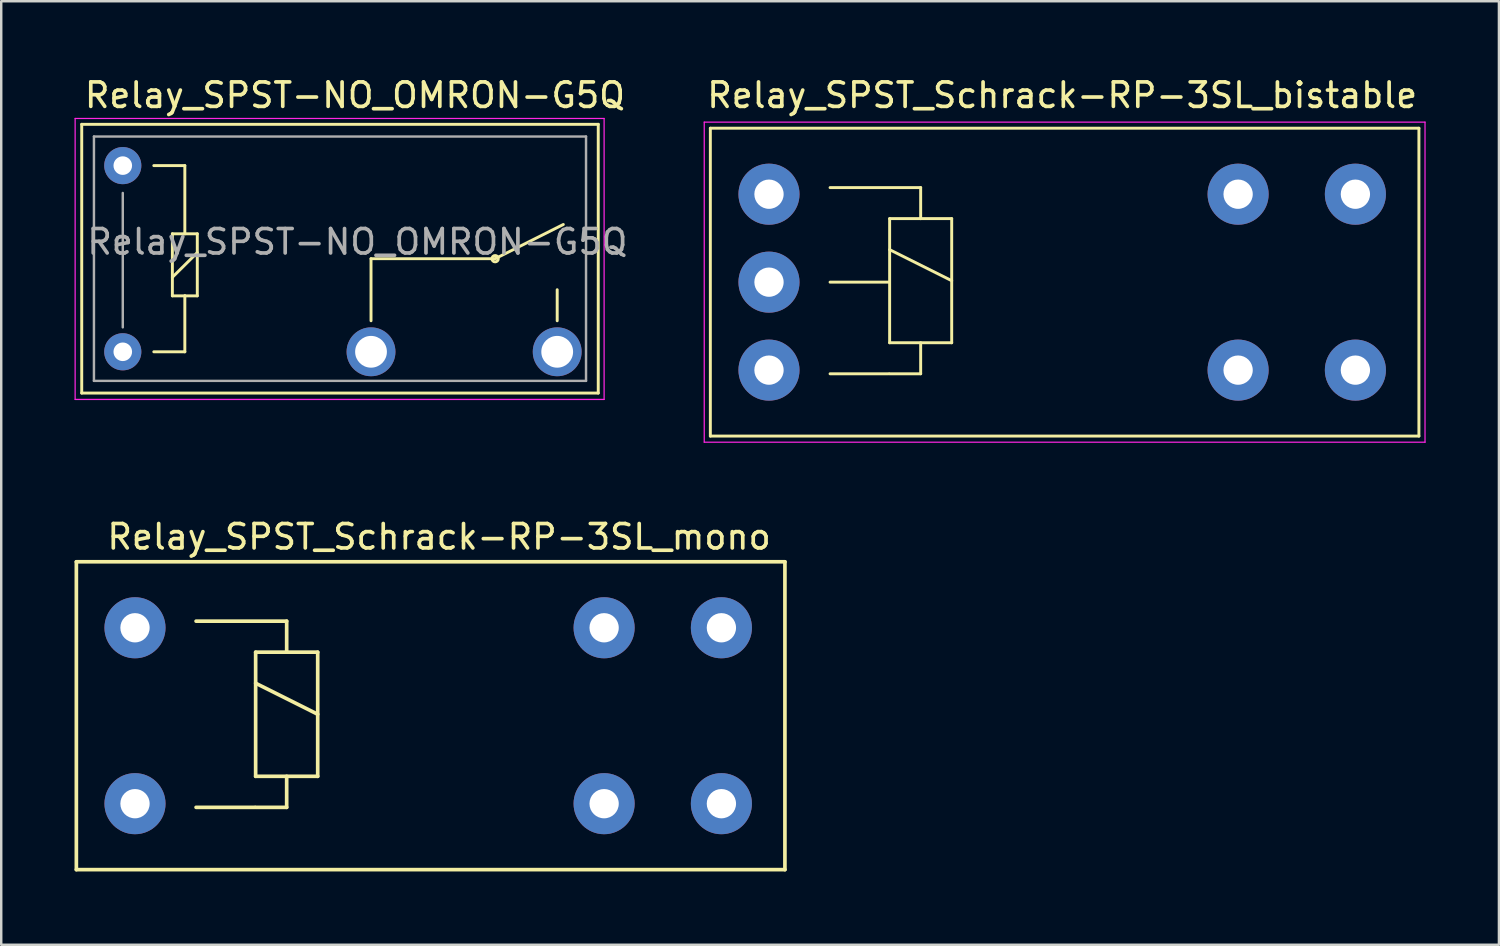
<source format=kicad_pcb>
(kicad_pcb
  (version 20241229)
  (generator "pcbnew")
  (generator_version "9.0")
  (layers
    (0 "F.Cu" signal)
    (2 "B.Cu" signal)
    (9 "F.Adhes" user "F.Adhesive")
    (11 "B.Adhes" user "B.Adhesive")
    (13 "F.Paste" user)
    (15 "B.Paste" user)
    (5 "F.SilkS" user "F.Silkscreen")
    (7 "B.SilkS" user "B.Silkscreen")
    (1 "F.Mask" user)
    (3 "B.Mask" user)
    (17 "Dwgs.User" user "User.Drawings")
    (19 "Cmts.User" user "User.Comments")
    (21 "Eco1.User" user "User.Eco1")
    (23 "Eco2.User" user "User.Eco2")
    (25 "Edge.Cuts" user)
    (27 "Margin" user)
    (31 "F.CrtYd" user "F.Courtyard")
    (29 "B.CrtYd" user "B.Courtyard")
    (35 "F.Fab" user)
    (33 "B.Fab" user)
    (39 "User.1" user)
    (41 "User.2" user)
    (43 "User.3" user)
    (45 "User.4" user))
  (footprint "Relay_SPST_Schrack-RP-3SL_bistable"
    (layer "F.Cu")
    (at 28.423 12.098)
    (property "Reference" "Relay_SPST_Schrack-RP-3SL_bistable" (at 12 -11.25 0) (layer "F.SilkS") (effects (font (size 1 1) (thickness 0.15))))
    (attr through_hole)
    (fp_line (start -2.4 -9.9) (end -2.4 2.7) (stroke (width 0.12) (type solid)) (layer "F.SilkS"))
    (fp_line (start -2.4 2.7) (end 26.6 2.7) (stroke (width 0.12) (type solid)) (layer "F.SilkS"))
    (fp_line (start 2.5 -7.47) (end 6.208 -7.47) (stroke (width 0.12) (type solid)) (layer "F.SilkS"))
    (fp_line (start 4.9 -3.6) (end 2.5 -3.6) (stroke (width 0.12) (type solid)) (layer "F.SilkS"))
    (fp_line (start 4.9 0.15) (end 2.5 0.15) (stroke (width 0.12) (type solid)) (layer "F.SilkS"))
    (fp_line (start 4.938 -6.2) (end 6.208 -6.2) (stroke (width 0.12) (type solid)) (layer "F.SilkS"))
    (fp_line (start 4.938 -4.93) (end 7.478 -3.66) (stroke (width 0.12) (type solid)) (layer "F.SilkS"))
    (fp_line (start 4.938 -1.12) (end 4.938 -6.2) (stroke (width 0.12) (type solid)) (layer "F.SilkS"))
    (fp_line (start 6.208 -7.47) (end 6.208 -6.2) (stroke (width 0.12) (type solid)) (layer "F.SilkS"))
    (fp_line (start 6.208 -6.2) (end 7.478 -6.2) (stroke (width 0.12) (type solid)) (layer "F.SilkS"))
    (fp_line (start 6.208 -1.12) (end 6.208 0.15) (stroke (width 0.12) (type solid)) (layer "F.SilkS"))
    (fp_line (start 6.208 0.15) (end 4.938 0.15) (stroke (width 0.12) (type solid)) (layer "F.SilkS"))
    (fp_line (start 7.478 -6.2) (end 7.478 -1.12) (stroke (width 0.12) (type solid)) (layer "F.SilkS"))
    (fp_line (start 7.478 -1.12) (end 4.938 -1.12) (stroke (width 0.12) (type solid)) (layer "F.SilkS"))
    (fp_line (start 26.6 -9.9) (end -2.4 -9.9) (stroke (width 0.12) (type solid)) (layer "F.SilkS"))
    (fp_line (start 26.6 2.7) (end 26.6 -9.9) (stroke (width 0.12) (type solid)) (layer "F.SilkS"))
    (fp_line (start -2.65 -10.15) (end -2.65 2.95) (stroke (width 0.05) (type solid)) (layer "F.CrtYd"))
    (fp_line (start -2.65 2.95) (end 26.85 2.95) (stroke (width 0.05) (type solid)) (layer "F.CrtYd"))
    (fp_line (start 26.85 -10.15) (end -2.65 -10.15) (stroke (width 0.05) (type solid)) (layer "F.CrtYd"))
    (fp_line (start 26.85 2.95) (end 26.85 -10.15) (stroke (width 0.05) (type solid)) (layer "F.CrtYd"))
    (pad "11" thru_hole circle (at 19.2 -7.2) (size 2.5 2.5) (drill 1.199) (layers "*.Cu" "*.Mask"))
    (pad "11" thru_hole circle (at 19.2 0) (size 2.5 2.5) (drill 1.199) (layers "*.Cu" "*.Mask"))
    (pad "14" thru_hole circle (at 24 -7.2) (size 2.5 2.5) (drill 1.199) (layers "*.Cu" "*.Mask"))
    (pad "14" thru_hole circle (at 24 0) (size 2.5 2.5) (drill 1.199) (layers "*.Cu" "*.Mask"))
    (pad "A1" thru_hole circle (at 0 0) (size 2.5 2.5) (drill 1.199) (layers "*.Cu" "*.Mask"))
    (pad "A2" thru_hole circle (at 0 -7.2) (size 2.5 2.5) (drill 1.199) (layers "*.Cu" "*.Mask"))
    (pad "A3" thru_hole circle (at 0 -3.6) (size 2.5 2.5) (drill 1.199) (layers "*.Cu" "*.Mask")))
  (footprint "Relay_SPST-NO_OMRON-G5Q"
    (layer "F.Cu")
    (at 1.975 11.348)
    (property "Reference" "Relay_SPST-NO_OMRON-G5Q" (at 9.5 -10.5 180) (layer "F.SilkS") (effects (font (size 1 1) (thickness 0.15))))
    (attr through_hole)
    (fp_line (start -1.68 -9.31) (end 19.46 -9.31) (stroke (width 0.12) (type solid)) (layer "F.SilkS"))
    (fp_line (start -1.68 1.69) (end -1.68 -9.31) (stroke (width 0.12) (type solid)) (layer "F.SilkS"))
    (fp_line (start -1.68 1.69) (end 19.46 1.69) (stroke (width 0.12) (type solid)) (layer "F.SilkS"))
    (fp_line (start 1.27 0) (end 2.54 0) (stroke (width 0.12) (type solid)) (layer "F.SilkS"))
    (fp_line (start 2.03 -4.83) (end 2.54 -4.83) (stroke (width 0.12) (type solid)) (layer "F.SilkS"))
    (fp_line (start 2.03 -3.05) (end 3.05 -4.06) (stroke (width 0.12) (type solid)) (layer "F.SilkS"))
    (fp_line (start 2.03 -2.29) (end 2.03 -4.83) (stroke (width 0.12) (type solid)) (layer "F.SilkS"))
    (fp_line (start 2.54 -7.62) (end 1.27 -7.62) (stroke (width 0.12) (type solid)) (layer "F.SilkS"))
    (fp_line (start 2.54 -4.83) (end 2.54 -7.62) (stroke (width 0.12) (type solid)) (layer "F.SilkS"))
    (fp_line (start 2.54 -4.83) (end 3.05 -4.83) (stroke (width 0.12) (type solid)) (layer "F.SilkS"))
    (fp_line (start 2.54 -2.29) (end 2.03 -2.29) (stroke (width 0.12) (type solid)) (layer "F.SilkS"))
    (fp_line (start 2.54 0) (end 2.54 -2.29) (stroke (width 0.12) (type solid)) (layer "F.SilkS"))
    (fp_line (start 3.05 -4.83) (end 3.05 -2.29) (stroke (width 0.12) (type solid)) (layer "F.SilkS"))
    (fp_line (start 3.05 -2.29) (end 2.54 -2.29) (stroke (width 0.12) (type solid)) (layer "F.SilkS"))
    (fp_line (start 10.16 -3.81) (end 15.24 -3.81) (stroke (width 0.12) (type solid)) (layer "F.SilkS"))
    (fp_line (start 10.16 -1.27) (end 10.16 -3.81) (stroke (width 0.12) (type solid)) (layer "F.SilkS"))
    (fp_line (start 15.24 -3.81) (end 18.03 -5.21) (stroke (width 0.12) (type solid)) (layer "F.SilkS"))
    (fp_line (start 17.78 -1.27) (end 17.78 -2.54) (stroke (width 0.12) (type solid)) (layer "F.SilkS"))
    (fp_line (start 19.46 1.69) (end 19.46 -9.31) (stroke (width 0.12) (type solid)) (layer "F.SilkS"))
    (fp_circle (center 15.24 -3.81) (end 15.24 -3.68) (stroke (width 0.12) (type solid)) (fill no) (layer "F.SilkS"))
    (fp_line (start -1.95 -9.55) (end 19.7 -9.55) (stroke (width 0.05) (type solid)) (layer "F.CrtYd"))
    (fp_line (start -1.95 1.95) (end -1.95 -9.55) (stroke (width 0.05) (type solid)) (layer "F.CrtYd"))
    (fp_line (start 19.7 -9.55) (end 19.7 1.95) (stroke (width 0.05) (type solid)) (layer "F.CrtYd"))
    (fp_line (start 19.7 1.95) (end -1.95 1.95) (stroke (width 0.05) (type solid)) (layer "F.CrtYd"))
    (fp_line (start -1.18 -8.81) (end 18.96 -8.81) (stroke (width 0.1) (type solid)) (layer "F.Fab"))
    (fp_line (start -1.18 1.19) (end -1.18 -8.81) (stroke (width 0.1) (type solid)) (layer "F.Fab"))
    (fp_line (start 0 -1) (end 0 -6.5) (stroke (width 0.1) (type solid)) (layer "F.Fab"))
    (fp_line (start 18.96 -8.81) (end 18.96 1.19) (stroke (width 0.1) (type solid)) (layer "F.Fab"))
    (fp_line (start 18.96 1.19) (end -1.18 1.19) (stroke (width 0.1) (type solid)) (layer "F.Fab"))
    (fp_text user "${REFERENCE}" (at 9.6 -4.5 0) (layer "F.Fab") (effects (font (size 1 1) (thickness 0.15))))
    (pad "1" thru_hole circle (at 0 0 180) (size 1.52 1.52) (drill 0.76) (layers "*.Cu" "*.Mask"))
    (pad "2" thru_hole circle (at 10.16 0 180) (size 2 2) (drill 1.3) (layers "*.Cu" "*.Mask"))
    (pad "3" thru_hole circle (at 17.78 0 180) (size 2 2) (drill 1.3) (layers "*.Cu" "*.Mask"))
    (pad "5" thru_hole circle (at 0 -7.62 180) (size 1.52 1.52) (drill 0.76) (layers "*.Cu" "*.Mask")))
  (footprint "Relay_SPST_Schrack-RP-3SL_mono"
    (layer "F.Cu")
    (at 2.475 29.843)
    (property "Reference" "Relay_SPST_Schrack-RP-3SL_mono" (at 12.446 -10.922 0) (layer "F.SilkS") (effects (font (size 1 1) (thickness 0.15))))
    (attr through_hole)
    (fp_line (start -2.4 -9.9) (end -2.4 2.7) (stroke (width 0.15) (type solid)) (layer "F.SilkS"))
    (fp_line (start -2.4 2.7) (end 26.6 2.7) (stroke (width 0.15) (type solid)) (layer "F.SilkS"))
    (fp_line (start 2.5 -7.47) (end 6.208 -7.47) (stroke (width 0.15) (type solid)) (layer "F.SilkS"))
    (fp_line (start 4.9 0.15) (end 2.5 0.15) (stroke (width 0.15) (type solid)) (layer "F.SilkS"))
    (fp_line (start 4.938 -6.2) (end 6.208 -6.2) (stroke (width 0.15) (type solid)) (layer "F.SilkS"))
    (fp_line (start 4.938 -4.93) (end 7.478 -3.66) (stroke (width 0.15) (type solid)) (layer "F.SilkS"))
    (fp_line (start 4.938 -1.12) (end 4.938 -6.2) (stroke (width 0.15) (type solid)) (layer "F.SilkS"))
    (fp_line (start 6.208 -7.47) (end 6.208 -6.2) (stroke (width 0.15) (type solid)) (layer "F.SilkS"))
    (fp_line (start 6.208 -6.2) (end 7.478 -6.2) (stroke (width 0.15) (type solid)) (layer "F.SilkS"))
    (fp_line (start 6.208 -1.12) (end 6.208 0.15) (stroke (width 0.15) (type solid)) (layer "F.SilkS"))
    (fp_line (start 6.208 0.15) (end 4.938 0.15) (stroke (width 0.15) (type solid)) (layer "F.SilkS"))
    (fp_line (start 7.478 -6.2) (end 7.478 -1.12) (stroke (width 0.15) (type solid)) (layer "F.SilkS"))
    (fp_line (start 7.478 -1.12) (end 4.938 -1.12) (stroke (width 0.15) (type solid)) (layer "F.SilkS"))
    (fp_line (start 26.6 -9.9) (end -2.4 -9.9) (stroke (width 0.15) (type solid)) (layer "F.SilkS"))
    (fp_line (start 26.6 2.7) (end 26.6 -9.9) (stroke (width 0.15) (type solid)) (layer "F.SilkS"))
    (pad "11" thru_hole circle (at 19.2 -7.2) (size 2.5 2.5) (drill 1.199) (layers "*.Cu" "*.Mask"))
    (pad "11" thru_hole circle (at 19.2 0) (size 2.5 2.5) (drill 1.199) (layers "*.Cu" "*.Mask"))
    (pad "14" thru_hole circle (at 24 -7.2) (size 2.5 2.5) (drill 1.199) (layers "*.Cu" "*.Mask"))
    (pad "14" thru_hole circle (at 24 0) (size 2.5 2.5) (drill 1.199) (layers "*.Cu" "*.Mask"))
    (pad "A1" thru_hole circle (at 0 0) (size 2.5 2.5) (drill 1.199) (layers "*.Cu" "*.Mask"))
    (pad "A2" thru_hole circle (at 0 -7.2) (size 2.5 2.5) (drill 1.199) (layers "*.Cu" "*.Mask")))
  (gr_rect
    (start -3 -3)
    (end 58.298 35.618)
    (stroke (width 0.1) (type default))
    (fill no)
    (layer "Edge.Cuts")))
</source>
